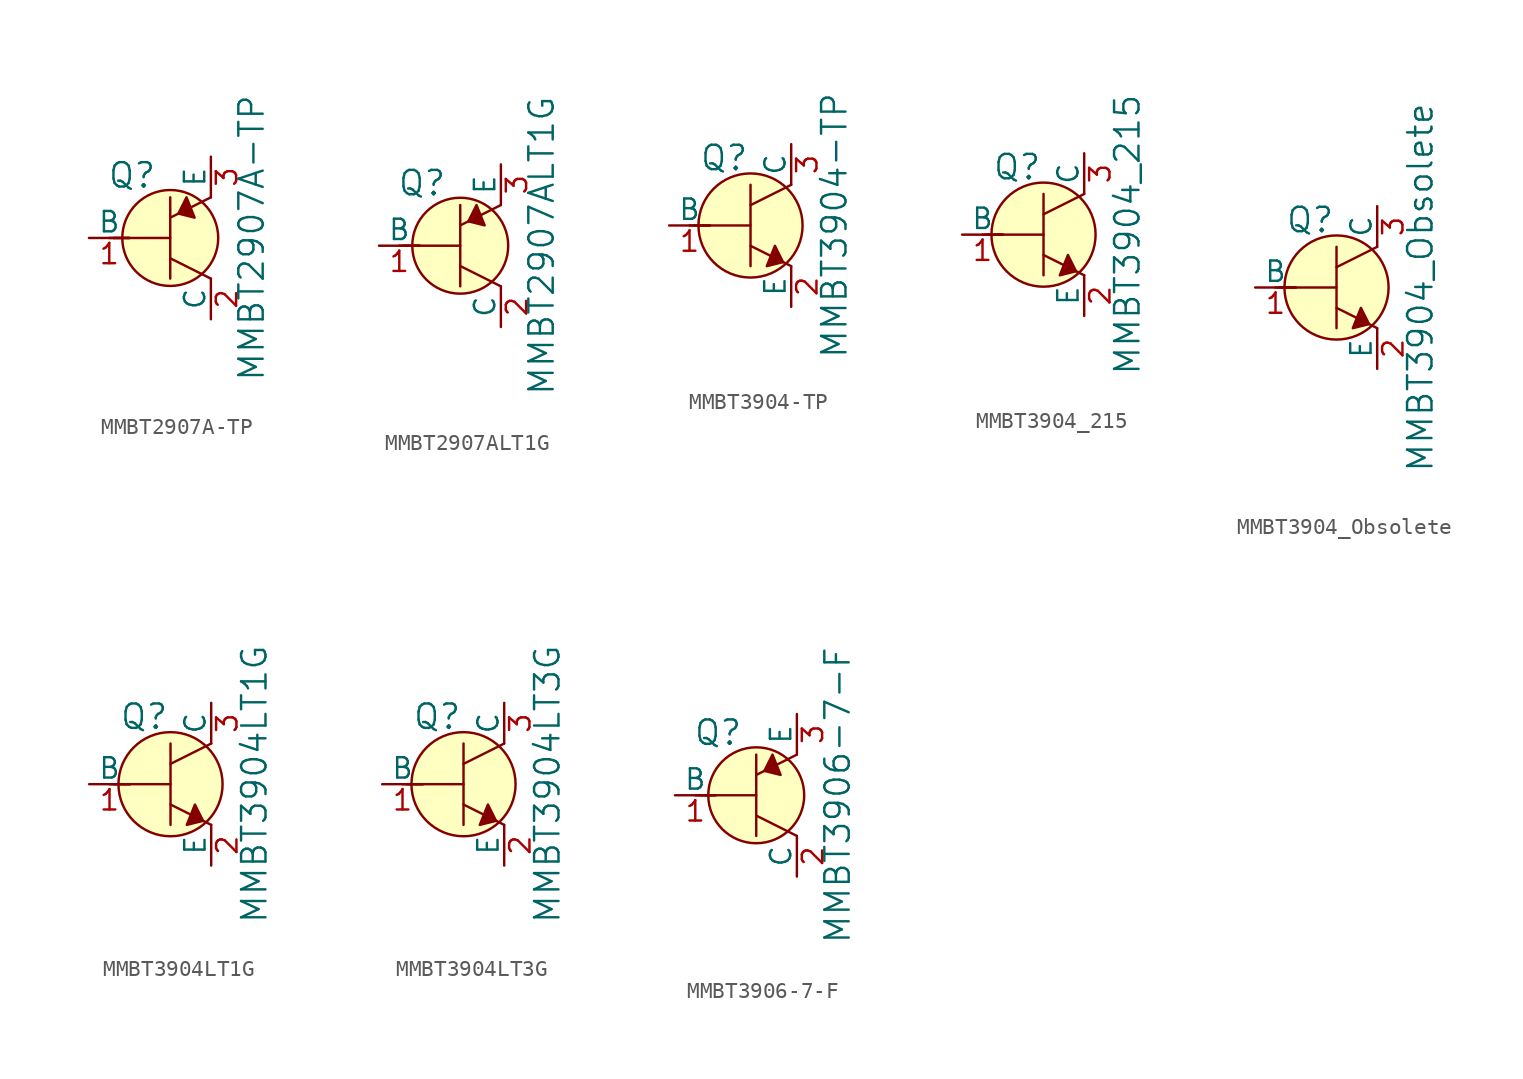
<source format=kicad_sym>
(kicad_symbol_lib
  (version 20220914)
  (generator kicad_symbol_editor)
  (symbol "MMBT2907A-TP"
    (pin_names
      (offset 0))
    (property "Reference" "Q"
      (at -2.388 3.912 0)
      (effects (font (size 1.524 1.524))))
    (property "Value" "MMBT2907A-TP"
      (at 5.08 0 90)
      (effects (font (size 1.524 1.524))))
    (symbol "MMBT2907A-TP_0_1"
      (polyline (pts (xy -3.81 0) (xy -2.54 0)) (stroke (width 0) (type default)) (fill (type none)))
      (polyline (pts (xy -3.556 0) (xy 0 0)) (stroke (width 0) (type default)) (fill (type none)))
      (polyline (pts (xy 0 -1.27) (xy 2.54 -2.54)) (stroke (width 0) (type default)) (fill (type none)))
      (polyline (pts (xy 0 1.27) (xy 2.54 2.54)) (stroke (width 0) (type default)) (fill (type none)))
      (polyline (pts (xy 0 2.54) (xy 0 -2.54)) (stroke (width 0) (type default)) (fill (type none)))
      (polyline (pts (xy 1.016 2.54) (xy 0.508 1.524) (xy 1.524 1.27) (xy 1.016 2.54)) (stroke (width 0) (type default)) (fill (type outline)))
      (circle (center 0 0) (radius 2.997) (stroke (width 0) (type default)) (fill (type background))))
    (symbol "MMBT2907A-TP_1_1"
      (pin input line (at -5.08 0 0) (length 2.54) (name "B" (effects (font (size 1.27 1.27)))) (number "1" (effects (font (size 1.27 1.27)))))
      (pin passive line (at 2.54 -5.08 90) (length 2.54) (name "C" (effects (font (size 1.27 1.27)))) (number "2" (effects (font (size 1.27 1.27)))))
      (pin passive line (at 2.54 5.08 270) (length 2.54) (name "E" (effects (font (size 1.27 1.27)))) (number "3" (effects (font (size 1.27 1.27)))))))
  (symbol "MMBT2907ALT1G"
    (pin_names
      (offset 0))
    (property "Reference" "Q"
      (at -2.388 3.912 0)
      (effects (font (size 1.524 1.524))))
    (property "Value" "MMBT2907ALT1G"
      (at 5.08 0 90)
      (effects (font (size 1.524 1.524))))
    (symbol "MMBT2907ALT1G_0_1"
      (polyline (pts (xy -3.81 0) (xy -2.54 0)) (stroke (width 0) (type default)) (fill (type none)))
      (polyline (pts (xy -3.556 0) (xy 0 0)) (stroke (width 0) (type default)) (fill (type none)))
      (polyline (pts (xy 0 -1.27) (xy 2.54 -2.54)) (stroke (width 0) (type default)) (fill (type none)))
      (polyline (pts (xy 0 1.27) (xy 2.54 2.54)) (stroke (width 0) (type default)) (fill (type none)))
      (polyline (pts (xy 0 2.54) (xy 0 -2.54)) (stroke (width 0) (type default)) (fill (type none)))
      (polyline (pts (xy 1.016 2.54) (xy 0.508 1.524) (xy 1.524 1.27) (xy 1.016 2.54)) (stroke (width 0) (type default)) (fill (type outline)))
      (circle (center 0 0) (radius 2.997) (stroke (width 0) (type default)) (fill (type background))))
    (symbol "MMBT2907ALT1G_1_1"
      (pin input line (at -5.08 0 0) (length 2.54) (name "B" (effects (font (size 1.27 1.27)))) (number "1" (effects (font (size 1.27 1.27)))))
      (pin passive line (at 2.54 -5.08 90) (length 2.54) (name "C" (effects (font (size 1.27 1.27)))) (number "2" (effects (font (size 1.27 1.27)))))
      (pin passive line (at 2.54 5.08 270) (length 2.54) (name "E" (effects (font (size 1.27 1.27)))) (number "3" (effects (font (size 1.27 1.27)))))))
  (symbol "MMBT3904-TP"
    (pin_names
      (offset 0))
    (property "Reference" "Q"
      (at -3.2 4.216 0)
      (effects (font (size 1.524 1.524)) (justify left)))
    (property "Value" "MMBT3904-TP"
      (at 5.232 0 90)
      (effects (font (size 1.524 1.524))))
    (symbol "MMBT3904-TP_0_1"
      (polyline (pts (xy -3.81 0) (xy -2.54 0)) (stroke (width 0) (type default)) (fill (type none)))
      (polyline (pts (xy -3.556 0) (xy 0 0)) (stroke (width 0) (type default)) (fill (type none)))
      (polyline (pts (xy 0 -1.27) (xy 2.54 -2.54)) (stroke (width 0) (type default)) (fill (type none)))
      (polyline (pts (xy 0 1.27) (xy 2.54 2.54)) (stroke (width 0) (type default)) (fill (type none)))
      (polyline (pts (xy 0 2.54) (xy 0 -2.54)) (stroke (width 0) (type default)) (fill (type none)))
      (polyline (pts (xy 1.524 -1.27) (xy 2.032 -2.286) (xy 1.016 -2.54) (xy 1.524 -1.27)) (stroke (width 0) (type default)) (fill (type outline)))
      (circle (center 0 0) (radius 3.251) (stroke (width 0) (type default)) (fill (type background))))
    (symbol "MMBT3904-TP_1_1"
      (pin input line (at -5.08 0 0) (length 2.54) (name "B" (effects (font (size 1.27 1.27)))) (number "1" (effects (font (size 1.27 1.27)))))
      (pin passive line (at 2.54 -5.08 90) (length 2.54) (name "E" (effects (font (size 1.27 1.27)))) (number "2" (effects (font (size 1.27 1.27)))))
      (pin passive line (at 2.54 5.08 270) (length 2.54) (name "C" (effects (font (size 1.27 1.27)))) (number "3" (effects (font (size 1.27 1.27)))))))
  (symbol "MMBT3904_215"
    (pin_names
      (offset 0))
    (property "Reference" "Q"
      (at -3.2 4.216 0)
      (effects (font (size 1.524 1.524)) (justify left)))
    (property "Value" "MMBT3904_215"
      (at 5.232 0 90)
      (effects (font (size 1.524 1.524))))
    (symbol "MMBT3904_215_0_1"
      (polyline (pts (xy -3.81 0) (xy -2.54 0)) (stroke (width 0) (type default)) (fill (type none)))
      (polyline (pts (xy -3.556 0) (xy 0 0)) (stroke (width 0) (type default)) (fill (type none)))
      (polyline (pts (xy 0 -1.27) (xy 2.54 -2.54)) (stroke (width 0) (type default)) (fill (type none)))
      (polyline (pts (xy 0 1.27) (xy 2.54 2.54)) (stroke (width 0) (type default)) (fill (type none)))
      (polyline (pts (xy 0 2.54) (xy 0 -2.54)) (stroke (width 0) (type default)) (fill (type none)))
      (polyline (pts (xy 1.524 -1.27) (xy 2.032 -2.286) (xy 1.016 -2.54) (xy 1.524 -1.27)) (stroke (width 0) (type default)) (fill (type outline)))
      (circle (center 0 0) (radius 3.251) (stroke (width 0) (type default)) (fill (type background))))
    (symbol "MMBT3904_215_1_1"
      (pin input line (at -5.08 0 0) (length 2.54) (name "B" (effects (font (size 1.27 1.27)))) (number "1" (effects (font (size 1.27 1.27)))))
      (pin passive line (at 2.54 -5.08 90) (length 2.54) (name "E" (effects (font (size 1.27 1.27)))) (number "2" (effects (font (size 1.27 1.27)))))
      (pin passive line (at 2.54 5.08 270) (length 2.54) (name "C" (effects (font (size 1.27 1.27)))) (number "3" (effects (font (size 1.27 1.27)))))))
  (symbol "MMBT3904_Obsolete"
    (pin_names
      (offset 0))
    (property "Reference" "Q"
      (at -3.2 4.216 0)
      (effects (font (size 1.524 1.524)) (justify left)))
    (property "Value" "MMBT3904_Obsolete"
      (at 5.232 0 90)
      (effects (font (size 1.524 1.524))))
    (symbol "MMBT3904_Obsolete_0_1"
      (polyline (pts (xy -3.81 0) (xy -2.54 0)) (stroke (width 0) (type default)) (fill (type none)))
      (polyline (pts (xy -3.556 0) (xy 0 0)) (stroke (width 0) (type default)) (fill (type none)))
      (polyline (pts (xy 0 -1.27) (xy 2.54 -2.54)) (stroke (width 0) (type default)) (fill (type none)))
      (polyline (pts (xy 0 1.27) (xy 2.54 2.54)) (stroke (width 0) (type default)) (fill (type none)))
      (polyline (pts (xy 0 2.54) (xy 0 -2.54)) (stroke (width 0) (type default)) (fill (type none)))
      (polyline (pts (xy 1.524 -1.27) (xy 2.032 -2.286) (xy 1.016 -2.54) (xy 1.524 -1.27)) (stroke (width 0) (type default)) (fill (type outline)))
      (circle (center 0 0) (radius 3.251) (stroke (width 0) (type default)) (fill (type background))))
    (symbol "MMBT3904_Obsolete_1_1"
      (pin input line (at -5.08 0 0) (length 2.54) (name "B" (effects (font (size 1.27 1.27)))) (number "1" (effects (font (size 1.27 1.27)))))
      (pin passive line (at 2.54 -5.08 90) (length 2.54) (name "E" (effects (font (size 1.27 1.27)))) (number "2" (effects (font (size 1.27 1.27)))))
      (pin passive line (at 2.54 5.08 270) (length 2.54) (name "C" (effects (font (size 1.27 1.27)))) (number "3" (effects (font (size 1.27 1.27)))))))
  (symbol "MMBT3904LT1G"
    (pin_names
      (offset 0))
    (property "Reference" "Q"
      (at -3.2 4.216 0)
      (effects (font (size 1.524 1.524)) (justify left)))
    (property "Value" "MMBT3904LT1G"
      (at 5.232 0 90)
      (effects (font (size 1.524 1.524))))
    (symbol "MMBT3904LT1G_0_1"
      (polyline (pts (xy -3.81 0) (xy -2.54 0)) (stroke (width 0) (type default)) (fill (type none)))
      (polyline (pts (xy -3.556 0) (xy 0 0)) (stroke (width 0) (type default)) (fill (type none)))
      (polyline (pts (xy 0 -1.27) (xy 2.54 -2.54)) (stroke (width 0) (type default)) (fill (type none)))
      (polyline (pts (xy 0 1.27) (xy 2.54 2.54)) (stroke (width 0) (type default)) (fill (type none)))
      (polyline (pts (xy 0 2.54) (xy 0 -2.54)) (stroke (width 0) (type default)) (fill (type none)))
      (polyline (pts (xy 1.524 -1.27) (xy 2.032 -2.286) (xy 1.016 -2.54) (xy 1.524 -1.27)) (stroke (width 0) (type default)) (fill (type outline)))
      (circle (center 0 0) (radius 3.251) (stroke (width 0) (type default)) (fill (type background))))
    (symbol "MMBT3904LT1G_1_1"
      (pin input line (at -5.08 0 0) (length 2.54) (name "B" (effects (font (size 1.27 1.27)))) (number "1" (effects (font (size 1.27 1.27)))))
      (pin passive line (at 2.54 -5.08 90) (length 2.54) (name "E" (effects (font (size 1.27 1.27)))) (number "2" (effects (font (size 1.27 1.27)))))
      (pin passive line (at 2.54 5.08 270) (length 2.54) (name "C" (effects (font (size 1.27 1.27)))) (number "3" (effects (font (size 1.27 1.27)))))))
  (symbol "MMBT3904LT3G"
    (pin_names
      (offset 0))
    (property "Reference" "Q"
      (at -3.2 4.216 0)
      (effects (font (size 1.524 1.524)) (justify left)))
    (property "Value" "MMBT3904LT3G"
      (at 5.232 0 90)
      (effects (font (size 1.524 1.524))))
    (symbol "MMBT3904LT3G_0_1"
      (polyline (pts (xy -3.81 0) (xy -2.54 0)) (stroke (width 0) (type default)) (fill (type none)))
      (polyline (pts (xy -3.556 0) (xy 0 0)) (stroke (width 0) (type default)) (fill (type none)))
      (polyline (pts (xy 0 -1.27) (xy 2.54 -2.54)) (stroke (width 0) (type default)) (fill (type none)))
      (polyline (pts (xy 0 1.27) (xy 2.54 2.54)) (stroke (width 0) (type default)) (fill (type none)))
      (polyline (pts (xy 0 2.54) (xy 0 -2.54)) (stroke (width 0) (type default)) (fill (type none)))
      (polyline (pts (xy 1.524 -1.27) (xy 2.032 -2.286) (xy 1.016 -2.54) (xy 1.524 -1.27)) (stroke (width 0) (type default)) (fill (type outline)))
      (circle (center 0 0) (radius 3.251) (stroke (width 0) (type default)) (fill (type background))))
    (symbol "MMBT3904LT3G_1_1"
      (pin input line (at -5.08 0 0) (length 2.54) (name "B" (effects (font (size 1.27 1.27)))) (number "1" (effects (font (size 1.27 1.27)))))
      (pin passive line (at 2.54 -5.08 90) (length 2.54) (name "E" (effects (font (size 1.27 1.27)))) (number "2" (effects (font (size 1.27 1.27)))))
      (pin passive line (at 2.54 5.08 270) (length 2.54) (name "C" (effects (font (size 1.27 1.27)))) (number "3" (effects (font (size 1.27 1.27)))))))
  (symbol "MMBT3906-7-F"
    (pin_names
      (offset 0))
    (property "Reference" "Q"
      (at -2.388 3.912 0)
      (effects (font (size 1.524 1.524))))
    (property "Value" "MMBT3906-7-F"
      (at 5.08 0 90)
      (effects (font (size 1.524 1.524))))
    (symbol "MMBT3906-7-F_0_1"
      (polyline (pts (xy -3.81 0) (xy -2.54 0)) (stroke (width 0) (type default)) (fill (type none)))
      (polyline (pts (xy -3.556 0) (xy 0 0)) (stroke (width 0) (type default)) (fill (type none)))
      (polyline (pts (xy 0 -1.27) (xy 2.54 -2.54)) (stroke (width 0) (type default)) (fill (type none)))
      (polyline (pts (xy 0 1.27) (xy 2.54 2.54)) (stroke (width 0) (type default)) (fill (type none)))
      (polyline (pts (xy 0 2.54) (xy 0 -2.54)) (stroke (width 0) (type default)) (fill (type none)))
      (polyline (pts (xy 1.016 2.54) (xy 0.508 1.524) (xy 1.524 1.27) (xy 1.016 2.54)) (stroke (width 0) (type default)) (fill (type outline)))
      (circle (center 0 0) (radius 2.997) (stroke (width 0) (type default)) (fill (type background))))
    (symbol "MMBT3906-7-F_1_1"
      (pin input line (at -5.08 0 0) (length 2.54) (name "B" (effects (font (size 1.27 1.27)))) (number "1" (effects (font (size 1.27 1.27)))))
      (pin passive line (at 2.54 -5.08 90) (length 2.54) (name "C" (effects (font (size 1.27 1.27)))) (number "2" (effects (font (size 1.27 1.27)))))
      (pin passive line (at 2.54 5.08 270) (length 2.54) (name "E" (effects (font (size 1.27 1.27)))) (number "3" (effects (font (size 1.27 1.27))))))))
</source>
